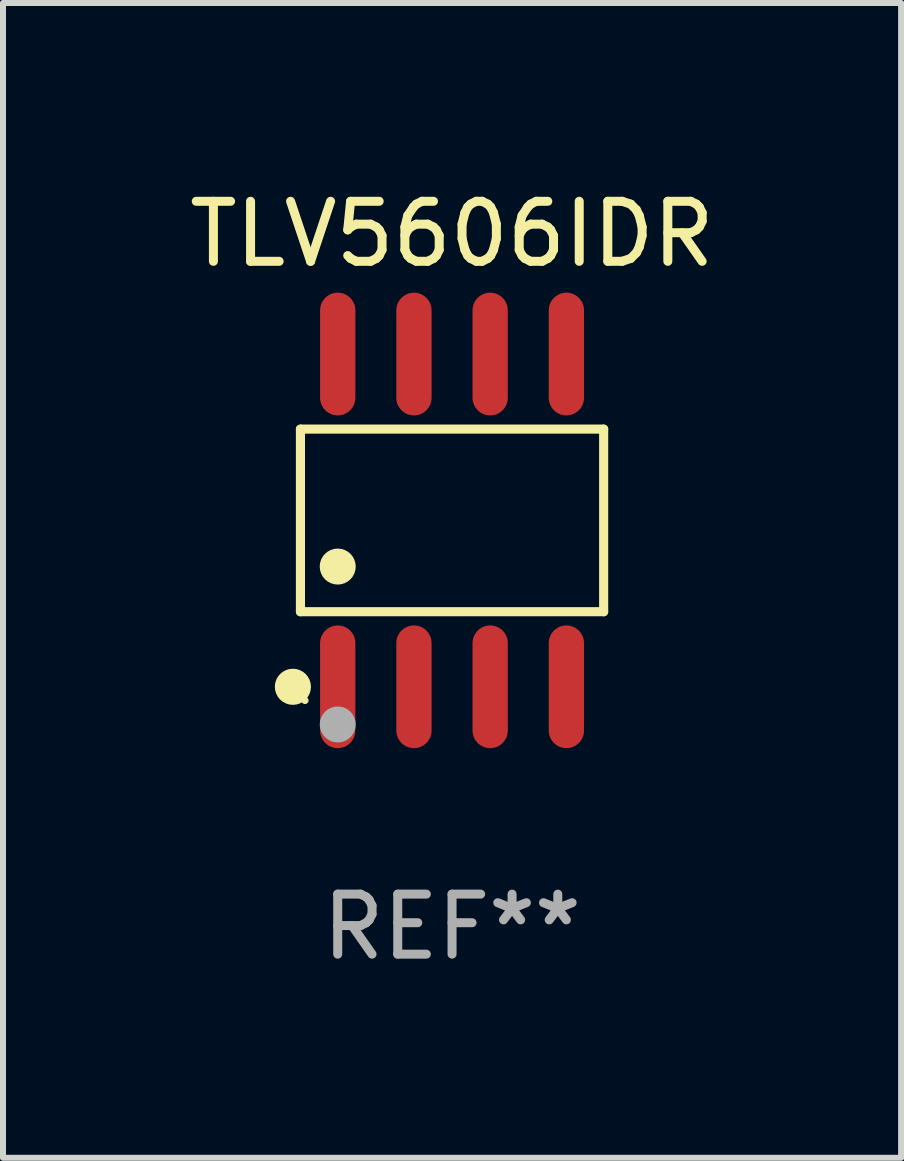
<source format=kicad_pcb>
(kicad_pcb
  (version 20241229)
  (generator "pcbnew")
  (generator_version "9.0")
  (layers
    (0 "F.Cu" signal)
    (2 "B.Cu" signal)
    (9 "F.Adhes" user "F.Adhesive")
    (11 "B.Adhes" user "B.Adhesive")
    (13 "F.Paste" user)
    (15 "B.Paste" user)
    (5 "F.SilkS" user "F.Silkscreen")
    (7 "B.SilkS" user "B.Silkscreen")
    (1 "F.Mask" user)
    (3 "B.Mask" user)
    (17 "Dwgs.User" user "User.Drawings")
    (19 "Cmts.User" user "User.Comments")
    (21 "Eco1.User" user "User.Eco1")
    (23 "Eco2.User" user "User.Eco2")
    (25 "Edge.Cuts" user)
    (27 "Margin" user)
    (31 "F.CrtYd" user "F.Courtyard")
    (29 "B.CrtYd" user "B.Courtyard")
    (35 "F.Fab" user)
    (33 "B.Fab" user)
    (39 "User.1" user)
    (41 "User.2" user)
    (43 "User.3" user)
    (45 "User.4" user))
  (footprint "TLV5606IDR"
    (layer "F.Cu")
    (at 4.482 5.621)
    (property "Reference" "TLV5606IDR" (at 0 -4.772 0) (layer "F.SilkS") (effects (font (size 1 1) (thickness 0.15))))
    (attr through_hole)
    (fp_line (start -2.526 -1.521) (end 2.526 -1.521) (stroke (width 0.152) (type solid)) (layer "F.SilkS"))
    (fp_line (start -2.526 1.521) (end -2.526 -1.521) (stroke (width 0.152) (type solid)) (layer "F.SilkS"))
    (fp_line (start 2.526 -1.521) (end 2.526 1.521) (stroke (width 0.152) (type solid)) (layer "F.SilkS"))
    (fp_line (start 2.526 1.521) (end -2.526 1.521) (stroke (width 0.152) (type solid)) (layer "F.SilkS"))
    (fp_circle (center -2.652 2.772) (end -2.501 2.772) (stroke (width 0.3) (type solid)) (fill no) (layer "F.SilkS"))
    (fp_circle (center -2.45 3) (end -2.42 3) (stroke (width 0.06) (type solid)) (fill no) (layer "F.SilkS"))
    (fp_circle (center -1.905 0.769) (end -1.755 0.769) (stroke (width 0.3) (type solid)) (fill no) (layer "F.SilkS"))
    (fp_circle (center -1.905 3.4) (end -1.755 3.4) (stroke (width 0.3) (type solid)) (fill no) (layer "F.Fab"))
    (fp_text user "REF**" (at 0 6.772 0) (layer "F.Fab") (effects (font (size 1 1) (thickness 0.15))))
    (pad "1" smd oval (at -1.905 2.772) (size 0.588 2.045) (layers "F.Cu" "F.Mask" "F.Paste"))
    (pad "2" smd oval (at -0.635 2.772) (size 0.588 2.045) (layers "F.Cu" "F.Mask" "F.Paste"))
    (pad "3" smd oval (at 0.635 2.772) (size 0.588 2.045) (layers "F.Cu" "F.Mask" "F.Paste"))
    (pad "4" smd oval (at 1.905 2.772) (size 0.588 2.045) (layers "F.Cu" "F.Mask" "F.Paste"))
    (pad "5" smd oval (at 1.905 -2.772) (size 0.588 2.045) (layers "F.Cu" "F.Mask" "F.Paste"))
    (pad "6" smd oval (at 0.635 -2.772) (size 0.588 2.045) (layers "F.Cu" "F.Mask" "F.Paste"))
    (pad "7" smd oval (at -0.635 -2.772) (size 0.588 2.045) (layers "F.Cu" "F.Mask" "F.Paste"))
    (pad "8" smd oval (at -1.905 -2.772) (size 0.588 2.045) (layers "F.Cu" "F.Mask" "F.Paste")))
  (gr_rect
    (start -3 -3)
    (end 11.964 16.241)
    (stroke (width 0.1) (type default))
    (fill no)
    (layer "Edge.Cuts")))
</source>
